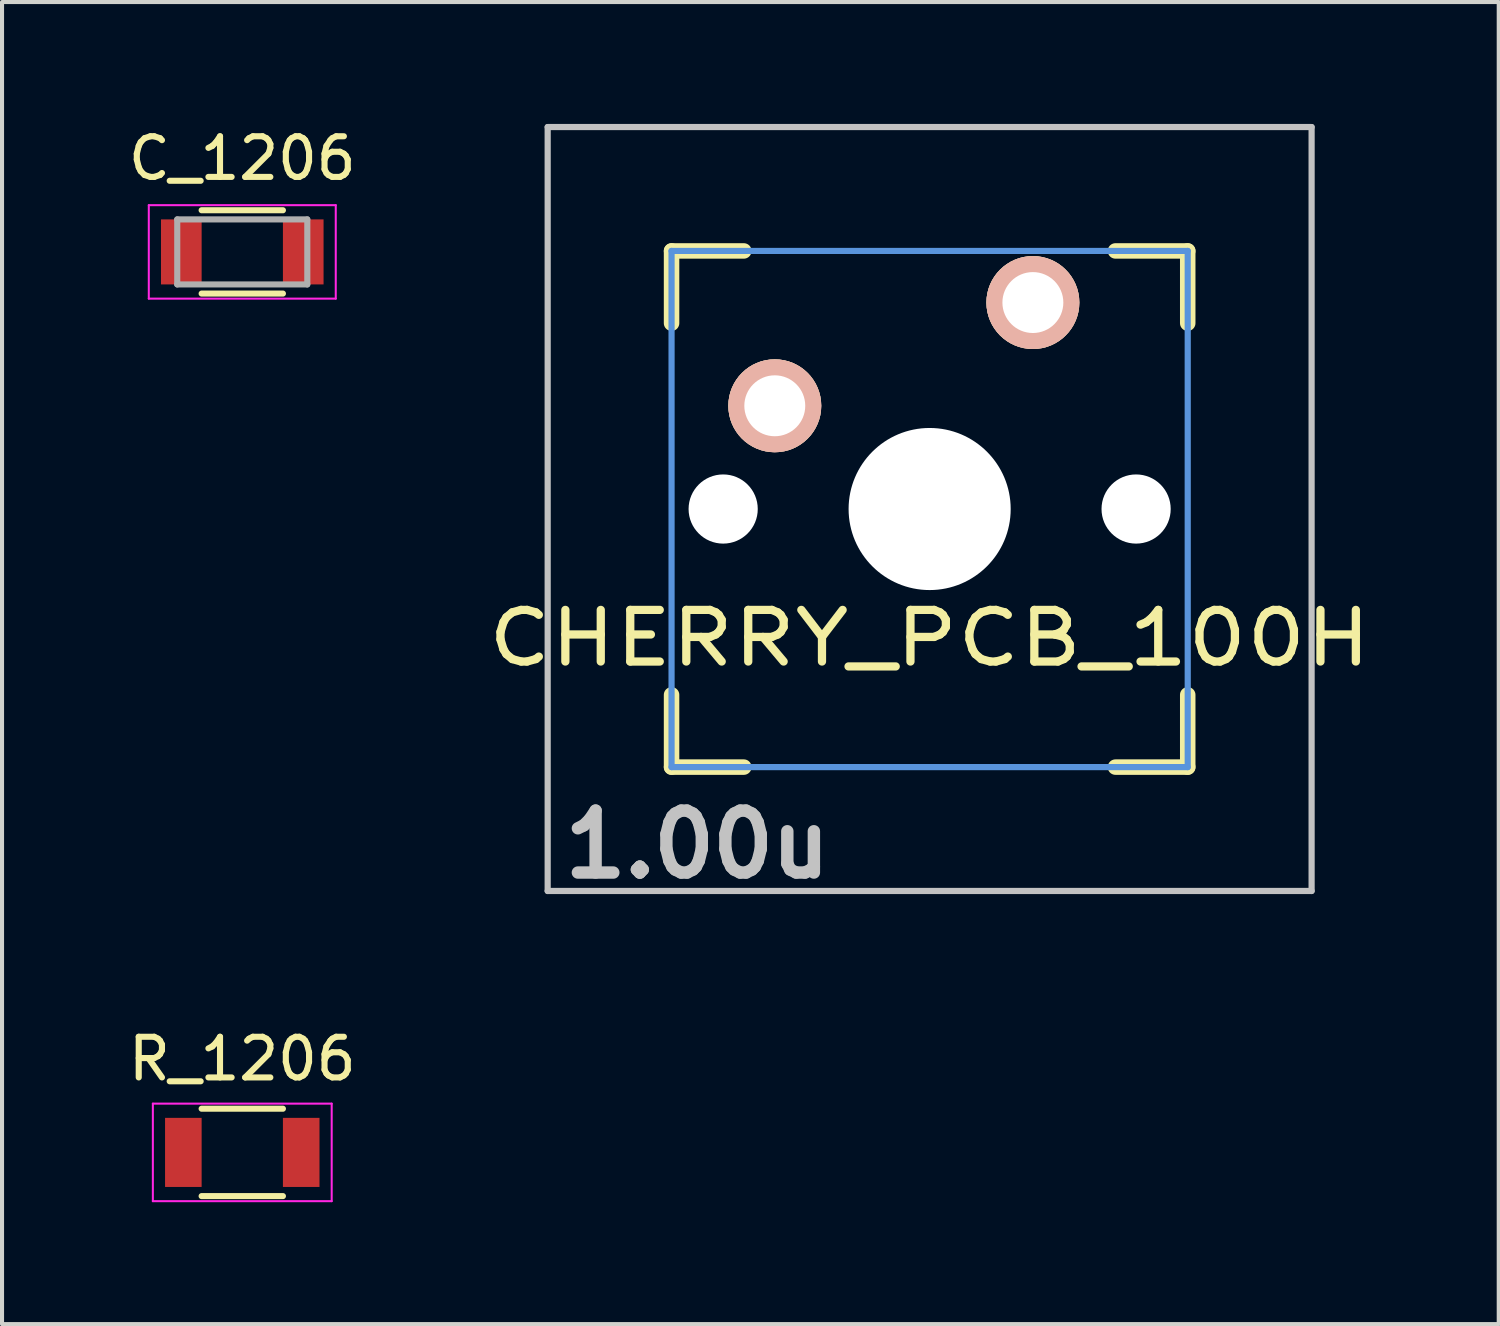
<source format=kicad_pcb>
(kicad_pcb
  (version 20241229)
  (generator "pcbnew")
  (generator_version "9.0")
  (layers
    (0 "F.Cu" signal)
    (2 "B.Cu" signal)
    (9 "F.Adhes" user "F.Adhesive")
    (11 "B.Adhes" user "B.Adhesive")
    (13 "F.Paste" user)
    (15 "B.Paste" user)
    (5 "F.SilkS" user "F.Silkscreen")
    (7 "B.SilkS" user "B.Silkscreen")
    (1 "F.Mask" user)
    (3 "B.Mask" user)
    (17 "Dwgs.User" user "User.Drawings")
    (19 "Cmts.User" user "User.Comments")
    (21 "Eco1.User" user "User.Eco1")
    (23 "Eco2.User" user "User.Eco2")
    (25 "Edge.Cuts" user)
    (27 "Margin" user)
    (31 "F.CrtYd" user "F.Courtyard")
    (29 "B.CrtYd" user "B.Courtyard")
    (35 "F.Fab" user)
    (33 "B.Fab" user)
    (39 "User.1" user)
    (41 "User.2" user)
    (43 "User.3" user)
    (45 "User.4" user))
  (footprint "R_1206"
    (layer "F.Cu")
    (at 2.911 25.304)
    (property "Reference" "R_1206" (at 0 -2.3 0) (layer "F.SilkS") (effects (font (size 1 1) (thickness 0.15))))
    (attr smd)
    (fp_line (start -1 -1.075) (end 1 -1.075) (stroke (width 0.15) (type solid)) (layer "F.SilkS"))
    (fp_line (start 1 1.075) (end -1 1.075) (stroke (width 0.15) (type solid)) (layer "F.SilkS"))
    (fp_line (start -2.2 -1.2) (end -2.2 1.2) (stroke (width 0.05) (type solid)) (layer "F.CrtYd"))
    (fp_line (start -2.2 -1.2) (end 2.2 -1.2) (stroke (width 0.05) (type solid)) (layer "F.CrtYd"))
    (fp_line (start -2.2 1.2) (end 2.2 1.2) (stroke (width 0.05) (type solid)) (layer "F.CrtYd"))
    (fp_line (start 2.2 -1.2) (end 2.2 1.2) (stroke (width 0.05) (type solid)) (layer "F.CrtYd"))
    (pad "1" smd rect (at -1.45 0) (size 0.9 1.7) (layers "F.Cu" "F.Mask" "F.Paste"))
    (pad "2" smd rect (at 1.45 0) (size 0.9 1.7) (layers "F.Cu" "F.Mask" "F.Paste")))
  (footprint "CHERRY_PCB_100H"
    (layer "F.Cu")
    (at 19.823 9.474)
    (property "Reference" "CHERRY_PCB_100H" (at 0 3.175 0) (layer "F.SilkS") (effects (font (size 1.27 1.524) (thickness 0.203))))
    (attr through_hole)
    (fp_line (start -6.35 -6.35) (end -4.572 -6.35) (stroke (width 0.381) (type solid)) (layer "F.SilkS"))
    (fp_line (start -6.35 -4.572) (end -6.35 -6.35) (stroke (width 0.381) (type solid)) (layer "F.SilkS"))
    (fp_line (start -6.35 6.35) (end -6.35 4.572) (stroke (width 0.381) (type solid)) (layer "F.SilkS"))
    (fp_line (start -4.572 6.35) (end -6.35 6.35) (stroke (width 0.381) (type solid)) (layer "F.SilkS"))
    (fp_line (start 4.572 -6.35) (end 6.35 -6.35) (stroke (width 0.381) (type solid)) (layer "F.SilkS"))
    (fp_line (start 6.35 -6.35) (end 6.35 -4.572) (stroke (width 0.381) (type solid)) (layer "F.SilkS"))
    (fp_line (start 6.35 4.572) (end 6.35 6.35) (stroke (width 0.381) (type solid)) (layer "F.SilkS"))
    (fp_line (start 6.35 6.35) (end 4.572 6.35) (stroke (width 0.381) (type solid)) (layer "F.SilkS"))
    (fp_line (start -9.398 -9.398) (end 9.398 -9.398) (stroke (width 0.152) (type solid)) (layer "Dwgs.User"))
    (fp_line (start -9.398 9.398) (end -9.398 -9.398) (stroke (width 0.152) (type solid)) (layer "Dwgs.User"))
    (fp_line (start 9.398 -9.398) (end 9.398 9.398) (stroke (width 0.152) (type solid)) (layer "Dwgs.User"))
    (fp_line (start 9.398 9.398) (end -9.398 9.398) (stroke (width 0.152) (type solid)) (layer "Dwgs.User"))
    (fp_line (start -6.35 -6.35) (end 6.35 -6.35) (stroke (width 0.152) (type solid)) (layer "Cmts.User"))
    (fp_line (start -6.35 6.35) (end -6.35 -6.35) (stroke (width 0.152) (type solid)) (layer "Cmts.User"))
    (fp_line (start 6.35 -6.35) (end 6.35 6.35) (stroke (width 0.152) (type solid)) (layer "Cmts.User"))
    (fp_line (start 6.35 6.35) (end -6.35 6.35) (stroke (width 0.152) (type solid)) (layer "Cmts.User"))
    (fp_line (start -6.985 -6.985) (end 6.985 -6.985) (stroke (width 0.152) (type solid)) (layer "Eco2.User"))
    (fp_line (start -6.985 6.985) (end -6.985 -6.985) (stroke (width 0.152) (type solid)) (layer "Eco2.User"))
    (fp_line (start 6.985 -6.985) (end 6.985 6.985) (stroke (width 0.152) (type solid)) (layer "Eco2.User"))
    (fp_line (start 6.985 6.985) (end -6.985 6.985) (stroke (width 0.152) (type solid)) (layer "Eco2.User"))
    (fp_text user "1.00u" (at -5.715 8.255 0) (layer "Dwgs.User") (effects (font (size 1.524 1.524) (thickness 0.305))))
    (pad "" np_thru_hole circle (at -5.08 0) (size 1.702 1.702) (drill 1.702) (layers "*.Cu"))
    (pad "" np_thru_hole circle (at 0 0) (size 3.988 3.988) (drill 3.988) (layers "*.Cu"))
    (pad "" np_thru_hole circle (at 5.08 0) (size 1.702 1.702) (drill 1.702) (layers "*.Cu"))
    (pad "1" thru_hole circle (at 2.54 -5.08) (size 2.286 2.286) (drill 1.499) (layers "*.Cu" "*.SilkS" "*.Mask"))
    (pad "2" thru_hole circle (at -3.81 -2.54) (size 2.286 2.286) (drill 1.499) (layers "*.Cu" "*.SilkS" "*.Mask")))
  (footprint "C_1206"
    (layer "F.Cu")
    (at 2.911 3.148)
    (property "Reference" "C_1206" (at 0 -2.3 0) (layer "F.SilkS") (effects (font (size 1 1) (thickness 0.15))))
    (attr smd)
    (fp_line (start -1 1.025) (end 1 1.025) (stroke (width 0.15) (type solid)) (layer "F.SilkS"))
    (fp_line (start 1 -1.025) (end -1 -1.025) (stroke (width 0.15) (type solid)) (layer "F.SilkS"))
    (fp_line (start -2.3 -1.15) (end -2.3 1.15) (stroke (width 0.05) (type solid)) (layer "F.CrtYd"))
    (fp_line (start -2.3 -1.15) (end 2.3 -1.15) (stroke (width 0.05) (type solid)) (layer "F.CrtYd"))
    (fp_line (start -2.3 1.15) (end 2.3 1.15) (stroke (width 0.05) (type solid)) (layer "F.CrtYd"))
    (fp_line (start 2.3 -1.15) (end 2.3 1.15) (stroke (width 0.05) (type solid)) (layer "F.CrtYd"))
    (fp_line (start -1.6 -0.8) (end 1.6 -0.8) (stroke (width 0.15) (type solid)) (layer "F.Fab"))
    (fp_line (start -1.6 0.8) (end -1.6 -0.8) (stroke (width 0.15) (type solid)) (layer "F.Fab"))
    (fp_line (start 1.6 -0.8) (end 1.6 0.8) (stroke (width 0.15) (type solid)) (layer "F.Fab"))
    (fp_line (start 1.6 0.8) (end -1.6 0.8) (stroke (width 0.15) (type solid)) (layer "F.Fab"))
    (pad "1" smd rect (at -1.5 0) (size 1 1.6) (layers "F.Cu" "F.Mask" "F.Paste"))
    (pad "2" smd rect (at 1.5 0) (size 1 1.6) (layers "F.Cu" "F.Mask" "F.Paste")))
  (gr_rect
    (start -3 -3)
    (end 33.825 29.529)
    (stroke (width 0.1) (type default))
    (fill no)
    (layer "Edge.Cuts")))
</source>
